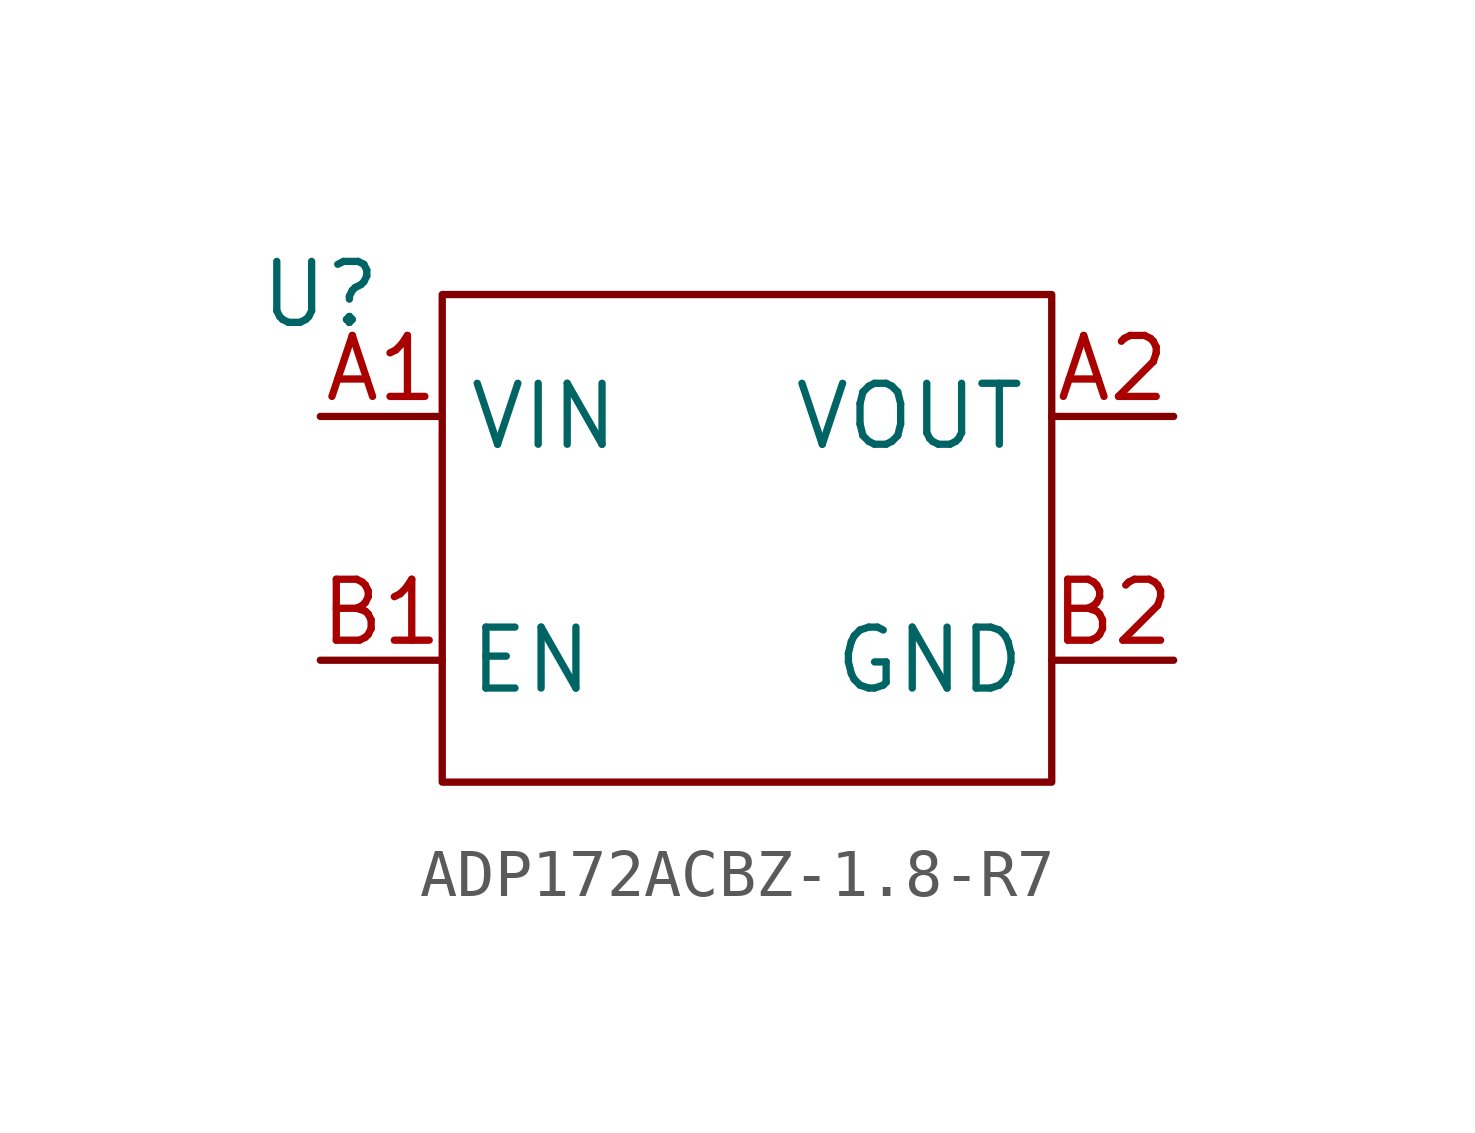
<source format=kicad_sym>
(kicad_symbol_lib
  (version 20220914)
  (generator kicad_symbol_editor)
  (symbol "ADP172ACBZ-1.8-R7"
    (property "Reference" "U"
      (at 0 0 0)
      (effects (font (size 1.27 1.27))))
    (property "Value" ""
      (at 0 0 0)
      (effects (font (size 1.27 1.27))))
    (symbol "ADP172ACBZ-1.8-R7_0_1"
      (rectangle (start 2.54 0) (end 15.24 -10.16) (stroke (width 0) (type default)) (fill (type none))))
    (symbol "ADP172ACBZ-1.8-R7_1_1"
      (pin power_in line (at 0 -2.54 0) (length 2.54) (name "VIN" (effects (font (size 1.27 1.27)))) (number "A1" (effects (font (size 1.27 1.27)))))
      (pin power_out line (at 17.78 -2.54 180) (length 2.54) (name "VOUT" (effects (font (size 1.27 1.27)))) (number "A2" (effects (font (size 1.27 1.27)))))
      (pin input line (at 0 -7.62 0) (length 2.54) (name "EN" (effects (font (size 1.27 1.27)))) (number "B1" (effects (font (size 1.27 1.27)))))
      (pin power_in line (at 17.78 -7.62 180) (length 2.54) (name "GND" (effects (font (size 1.27 1.27)))) (number "B2" (effects (font (size 1.27 1.27))))))))
</source>
